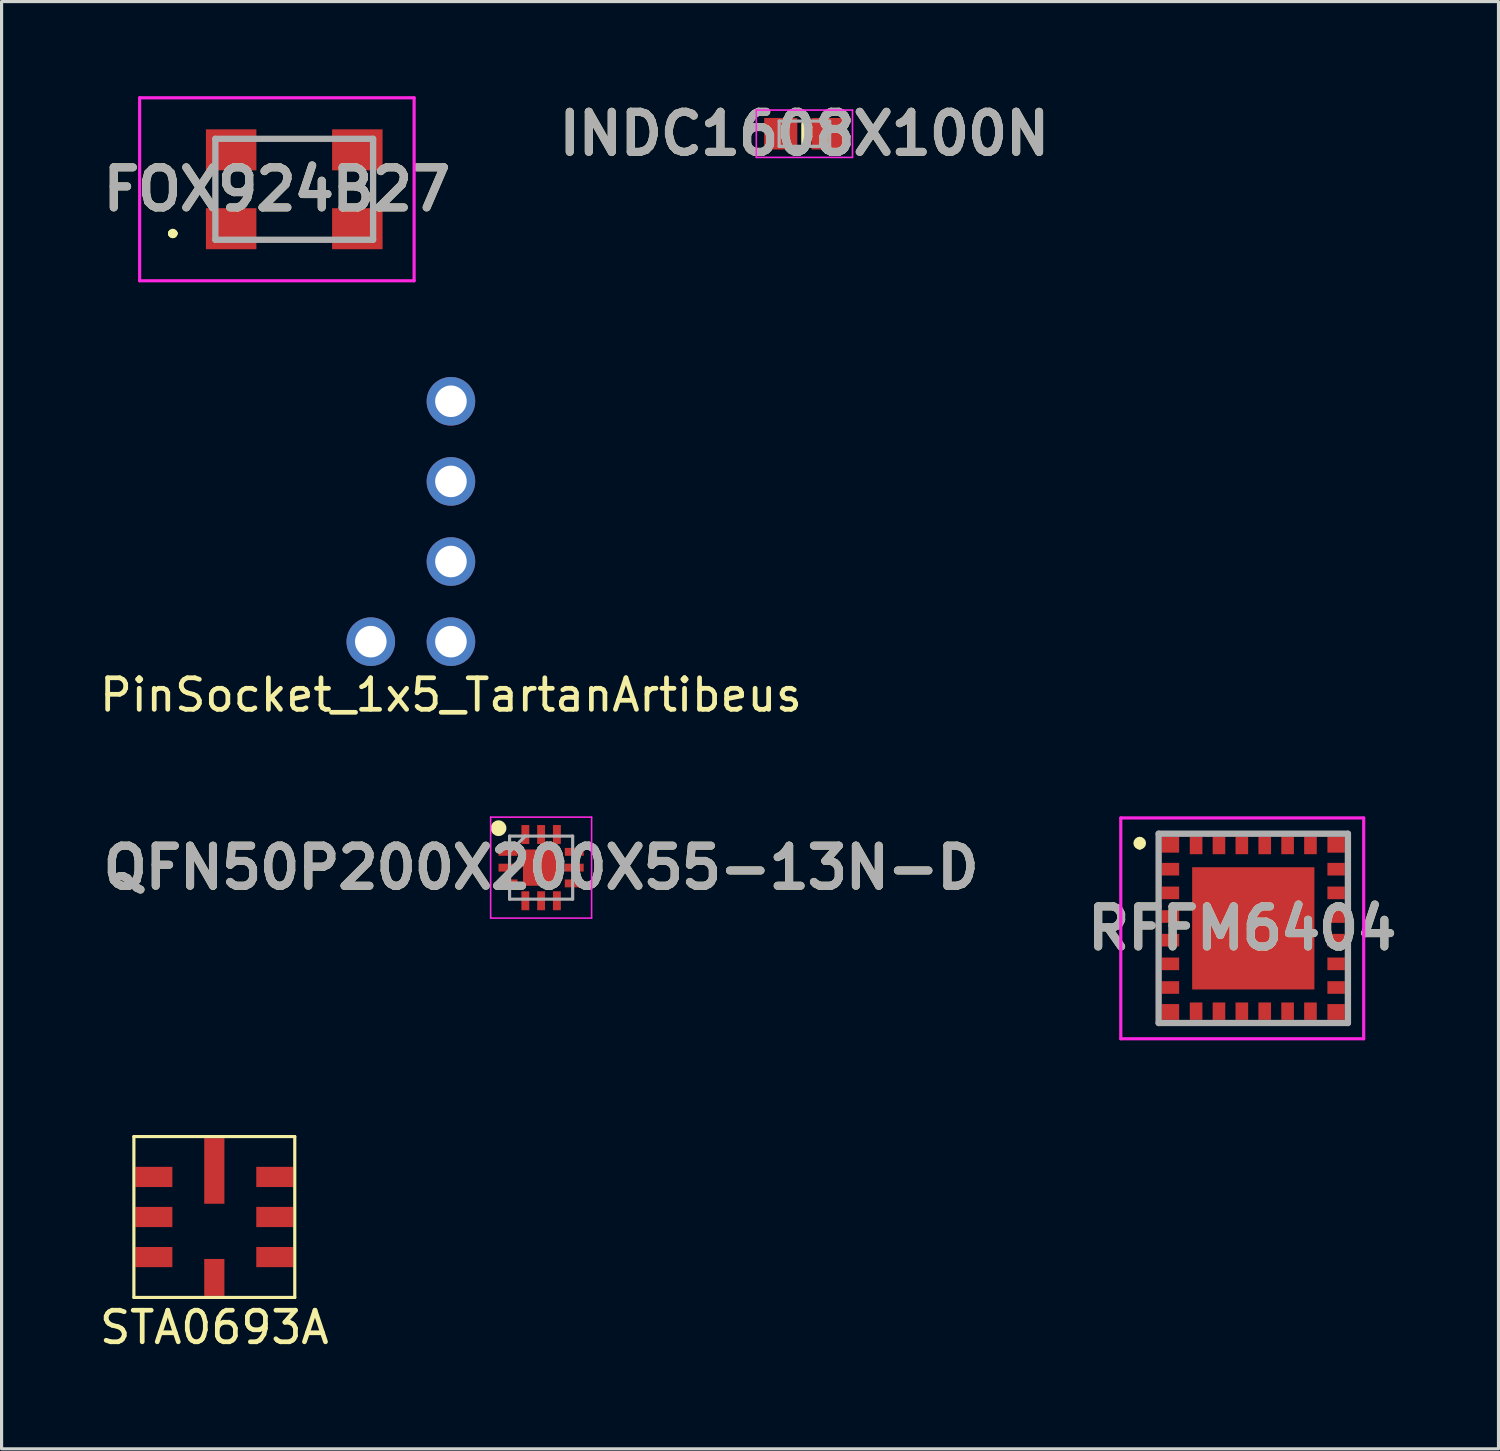
<source format=kicad_pcb>
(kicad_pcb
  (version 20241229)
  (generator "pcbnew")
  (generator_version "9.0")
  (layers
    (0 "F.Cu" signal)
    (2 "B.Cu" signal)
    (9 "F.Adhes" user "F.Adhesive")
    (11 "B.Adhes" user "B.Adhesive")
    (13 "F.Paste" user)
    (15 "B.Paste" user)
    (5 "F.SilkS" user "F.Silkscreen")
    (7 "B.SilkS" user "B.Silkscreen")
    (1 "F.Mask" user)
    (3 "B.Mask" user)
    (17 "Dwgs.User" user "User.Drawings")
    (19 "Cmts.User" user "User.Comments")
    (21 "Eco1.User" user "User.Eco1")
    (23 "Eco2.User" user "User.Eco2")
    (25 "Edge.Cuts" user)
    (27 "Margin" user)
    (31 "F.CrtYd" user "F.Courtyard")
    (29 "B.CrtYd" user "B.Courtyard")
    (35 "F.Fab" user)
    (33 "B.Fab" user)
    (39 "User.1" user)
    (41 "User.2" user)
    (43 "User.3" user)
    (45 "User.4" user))
  (footprint "STA0693A"
    (layer "F.Cu")
    (at 3.744 35.528)
    (property "Reference" "STA0693A" (at 0 3.5 0) (layer "F.SilkS") (effects (font (size 1 1) (thickness 0.15))))
    (attr through_hole)
    (fp_line (start -2.55 -2.55) (end 2.55 -2.55) (stroke (width 0.1) (type solid)) (layer "F.SilkS"))
    (fp_line (start -2.55 2.55) (end -2.55 -2.55) (stroke (width 0.1) (type solid)) (layer "F.SilkS"))
    (fp_line (start 2.55 -2.55) (end 2.55 2.55) (stroke (width 0.1) (type solid)) (layer "F.SilkS"))
    (fp_line (start 2.55 2.55) (end -2.55 2.55) (stroke (width 0.1) (type solid)) (layer "F.SilkS"))
    (pad "1" smd rect (at -1.915 -1.27) (size 1.17 0.64) (layers "F.Cu" "F.Mask" "F.Paste"))
    (pad "2" smd rect (at -1.915 0) (size 1.17 0.64) (layers "F.Cu" "F.Mask" "F.Paste"))
    (pad "3" smd rect (at -1.915 1.27) (size 1.17 0.64) (layers "F.Cu" "F.Mask" "F.Paste"))
    (pad "4" smd rect (at 0 1.915) (size 0.64 1.17) (layers "F.Cu" "F.Mask" "F.Paste"))
    (pad "5" smd rect (at 1.915 1.27) (size 1.17 0.64) (layers "F.Cu" "F.Mask" "F.Paste"))
    (pad "6" smd rect (at 1.915 0) (size 1.17 0.64) (layers "F.Cu" "F.Mask" "F.Paste"))
    (pad "7" smd rect (at 1.915 -1.27) (size 1.17 0.64) (layers "F.Cu" "F.Mask" "F.Paste"))
    (pad "8" smd rect (at 0 -1.46) (size 0.64 2.08) (layers "F.Cu" "F.Mask" "F.Paste")))
  (footprint "FOX924B27"
    (layer "F.Cu")
    (at 6.277 2.95)
    (property "Reference" "FOX924B27" (at -0.55 0 0) (layer "F.SilkS") (effects (font (size 1.27 1.27) (thickness 0.254))))
    (attr smd)
    (fp_line (start -3.9 1.4) (end -3.9 1.4) (stroke (width 0.2) (type solid)) (layer "F.SilkS"))
    (fp_line (start -3.9 1.4) (end -3.9 1.4) (stroke (width 0.2) (type solid)) (layer "F.SilkS"))
    (fp_line (start -3.8 1.4) (end -3.8 1.4) (stroke (width 0.2) (type solid)) (layer "F.SilkS"))
    (fp_line (start -2.5 -0.25) (end -2.5 -0.25) (stroke (width 0.1) (type solid)) (layer "F.SilkS"))
    (fp_line (start -2.5 -0.25) (end -2.5 0.25) (stroke (width 0.1) (type solid)) (layer "F.SilkS"))
    (fp_line (start -2.5 0.25) (end -2.5 -0.25) (stroke (width 0.1) (type solid)) (layer "F.SilkS"))
    (fp_line (start -2.5 0.25) (end -2.5 0.25) (stroke (width 0.1) (type solid)) (layer "F.SilkS"))
    (fp_line (start -0.5 -1.6) (end -0.5 -1.6) (stroke (width 0.1) (type solid)) (layer "F.SilkS"))
    (fp_line (start -0.5 -1.6) (end 0.5 -1.6) (stroke (width 0.1) (type solid)) (layer "F.SilkS"))
    (fp_line (start -0.5 1.6) (end -0.5 1.6) (stroke (width 0.1) (type solid)) (layer "F.SilkS"))
    (fp_line (start -0.5 1.6) (end 0.5 1.6) (stroke (width 0.1) (type solid)) (layer "F.SilkS"))
    (fp_line (start 0.5 -1.6) (end -0.5 -1.6) (stroke (width 0.1) (type solid)) (layer "F.SilkS"))
    (fp_line (start 0.5 -1.6) (end 0.5 -1.6) (stroke (width 0.1) (type solid)) (layer "F.SilkS"))
    (fp_line (start 0.5 1.6) (end -0.5 1.6) (stroke (width 0.1) (type solid)) (layer "F.SilkS"))
    (fp_line (start 0.5 1.6) (end 0.5 1.6) (stroke (width 0.1) (type solid)) (layer "F.SilkS"))
    (fp_line (start 2.5 -0.25) (end 2.5 -0.25) (stroke (width 0.1) (type solid)) (layer "F.SilkS"))
    (fp_line (start 2.5 -0.25) (end 2.5 0.25) (stroke (width 0.1) (type solid)) (layer "F.SilkS"))
    (fp_line (start 2.5 0.25) (end 2.5 -0.25) (stroke (width 0.1) (type solid)) (layer "F.SilkS"))
    (fp_line (start 2.5 0.25) (end 2.5 0.25) (stroke (width 0.1) (type solid)) (layer "F.SilkS"))
    (fp_arc (start -3.9 1.4) (mid -3.85 1.35) (end -3.8 1.4) (stroke (width 0.2) (type solid)) (layer "F.SilkS"))
    (fp_arc (start -3.8 1.4) (mid -3.85 1.45) (end -3.9 1.4) (stroke (width 0.2) (type solid)) (layer "F.SilkS"))
    (fp_arc (start -3.8 1.4) (mid -3.85 1.45) (end -3.9 1.4) (stroke (width 0.2) (type solid)) (layer "F.SilkS"))
    (fp_line (start -4.9 -2.9) (end 3.8 -2.9) (stroke (width 0.1) (type solid)) (layer "F.CrtYd"))
    (fp_line (start -4.9 2.9) (end -4.9 -2.9) (stroke (width 0.1) (type solid)) (layer "F.CrtYd"))
    (fp_line (start 3.8 -2.9) (end 3.8 2.9) (stroke (width 0.1) (type solid)) (layer "F.CrtYd"))
    (fp_line (start 3.8 2.9) (end -4.9 2.9) (stroke (width 0.1) (type solid)) (layer "F.CrtYd"))
    (fp_line (start -2.5 -1.6) (end -2.5 1.6) (stroke (width 0.2) (type solid)) (layer "F.Fab"))
    (fp_line (start -2.5 1.6) (end 2.5 1.6) (stroke (width 0.2) (type solid)) (layer "F.Fab"))
    (fp_line (start 2.5 -1.6) (end -2.5 -1.6) (stroke (width 0.2) (type solid)) (layer "F.Fab"))
    (fp_line (start 2.5 1.6) (end 2.5 -1.6) (stroke (width 0.2) (type solid)) (layer "F.Fab"))
    (fp_text user "${REFERENCE}" (at -0.55 0 0) (layer "F.Fab") (effects (font (size 1.27 1.27) (thickness 0.254))))
    (pad "1" smd rect (at -2 1.25 90) (size 1.3 1.6) (layers "F.Cu" "F.Mask" "F.Paste"))
    (pad "2" smd rect (at 2 1.25 90) (size 1.3 1.6) (layers "F.Cu" "F.Mask" "F.Paste"))
    (pad "3" smd rect (at 2 -1.25 90) (size 1.3 1.6) (layers "F.Cu" "F.Mask" "F.Paste"))
    (pad "4" smd rect (at -2 -1.25 90) (size 1.3 1.6) (layers "F.Cu" "F.Mask" "F.Paste")))
  (footprint "INDC1608X100N"
    (layer "F.Cu")
    (at 22.449 1.189)
    (property "Reference" "INDC1608X100N" (at 0 0 0) (layer "F.SilkS") (effects (font (size 1.27 1.27) (thickness 0.254))))
    (attr smd)
    (fp_line (start 0 -0.3) (end 0 0.3) (stroke (width 0.2) (type solid)) (layer "F.SilkS"))
    (fp_line (start -1.525 -0.75) (end 1.525 -0.75) (stroke (width 0.05) (type solid)) (layer "F.CrtYd"))
    (fp_line (start -1.525 0.75) (end -1.525 -0.75) (stroke (width 0.05) (type solid)) (layer "F.CrtYd"))
    (fp_line (start 1.525 -0.75) (end 1.525 0.75) (stroke (width 0.05) (type solid)) (layer "F.CrtYd"))
    (fp_line (start 1.525 0.75) (end -1.525 0.75) (stroke (width 0.05) (type solid)) (layer "F.CrtYd"))
    (fp_line (start -0.8 -0.4) (end 0.8 -0.4) (stroke (width 0.1) (type solid)) (layer "F.Fab"))
    (fp_line (start -0.8 0.4) (end -0.8 -0.4) (stroke (width 0.1) (type solid)) (layer "F.Fab"))
    (fp_line (start 0.8 -0.4) (end 0.8 0.4) (stroke (width 0.1) (type solid)) (layer "F.Fab"))
    (fp_line (start 0.8 0.4) (end -0.8 0.4) (stroke (width 0.1) (type solid)) (layer "F.Fab"))
    (fp_text user "${REFERENCE}" (at 0 0 0) (layer "F.Fab") (effects (font (size 1.27 1.27) (thickness 0.254))))
    (pad "1" smd rect (at -0.75 0 90) (size 1 1.05) (layers "F.Cu" "F.Mask" "F.Paste"))
    (pad "2" smd rect (at 0.75 0 90) (size 1 1.05) (layers "F.Cu" "F.Mask" "F.Paste")))
  (footprint "QFN50P200X200X55-13N-D"
    (layer "F.Cu")
    (at 14.103 24.453)
    (property "Reference" "QFN50P200X200X55-13N-D" (at 0 0 0) (layer "F.SilkS") (effects (font (size 1.27 1.27) (thickness 0.254))))
    (attr smd)
    (fp_circle (center -1.35 -1.25) (end -1.35 -1.125) (stroke (width 0.25) (type solid)) (fill no) (layer "F.SilkS"))
    (fp_line (start -1.6 -1.6) (end 1.6 -1.6) (stroke (width 0.05) (type solid)) (layer "F.CrtYd"))
    (fp_line (start -1.6 1.6) (end -1.6 -1.6) (stroke (width 0.05) (type solid)) (layer "F.CrtYd"))
    (fp_line (start 1.6 -1.6) (end 1.6 1.6) (stroke (width 0.05) (type solid)) (layer "F.CrtYd"))
    (fp_line (start 1.6 1.6) (end -1.6 1.6) (stroke (width 0.05) (type solid)) (layer "F.CrtYd"))
    (fp_line (start -1 -1) (end 1 -1) (stroke (width 0.1) (type solid)) (layer "F.Fab"))
    (fp_line (start -1 -0.5) (end -0.5 -1) (stroke (width 0.1) (type solid)) (layer "F.Fab"))
    (fp_line (start -1 1) (end -1 -1) (stroke (width 0.1) (type solid)) (layer "F.Fab"))
    (fp_line (start 1 -1) (end 1 1) (stroke (width 0.1) (type solid)) (layer "F.Fab"))
    (fp_line (start 1 1) (end -1 1) (stroke (width 0.1) (type solid)) (layer "F.Fab"))
    (fp_text user "${REFERENCE}" (at 0 0 0) (layer "F.Fab") (effects (font (size 1.27 1.27) (thickness 0.254))))
    (pad "1" smd rect (at -1.05 -0.5 90) (size 0.25 0.6) (layers "F.Cu" "F.Mask" "F.Paste"))
    (pad "2" smd rect (at -1.05 0 90) (size 0.25 0.6) (layers "F.Cu" "F.Mask" "F.Paste"))
    (pad "3" smd rect (at -1.05 0.5 90) (size 0.25 0.6) (layers "F.Cu" "F.Mask" "F.Paste"))
    (pad "4" smd rect (at -0.5 1.05) (size 0.25 0.6) (layers "F.Cu" "F.Mask" "F.Paste"))
    (pad "5" smd rect (at 0 1.05) (size 0.25 0.6) (layers "F.Cu" "F.Mask" "F.Paste"))
    (pad "6" smd rect (at 0.5 1.05) (size 0.25 0.6) (layers "F.Cu" "F.Mask" "F.Paste"))
    (pad "7" smd rect (at 1.05 0.5 90) (size 0.25 0.6) (layers "F.Cu" "F.Mask" "F.Paste"))
    (pad "8" smd rect (at 1.05 0 90) (size 0.25 0.6) (layers "F.Cu" "F.Mask" "F.Paste"))
    (pad "9" smd rect (at 1.05 -0.5 90) (size 0.25 0.6) (layers "F.Cu" "F.Mask" "F.Paste"))
    (pad "10" smd rect (at 0.5 -1.05) (size 0.25 0.6) (layers "F.Cu" "F.Mask" "F.Paste"))
    (pad "11" smd rect (at 0 -1.05) (size 0.25 0.6) (layers "F.Cu" "F.Mask" "F.Paste"))
    (pad "12" smd rect (at -0.5 -1.05) (size 0.25 0.6) (layers "F.Cu" "F.Mask" "F.Paste"))
    (pad "13" smd rect (at 0 0) (size 1.15 1.15) (layers "F.Cu" "F.Mask" "F.Paste")))
  (footprint "RFFM6404"
    (layer "F.Cu")
    (at 36.678 26.378)
    (property "Reference" "RFFM6404" (at -0.35 0 0) (layer "F.SilkS") (effects (font (size 1.27 1.27) (thickness 0.254))))
    (attr smd)
    (fp_line (start -3.6 -2.8) (end -3.6 -2.8) (stroke (width 0.2) (type solid)) (layer "F.SilkS"))
    (fp_line (start -3.6 -2.6) (end -3.6 -2.6) (stroke (width 0.2) (type solid)) (layer "F.SilkS"))
    (fp_arc (start -3.6 -2.8) (mid -3.5 -2.7) (end -3.6 -2.6) (stroke (width 0.2) (type solid)) (layer "F.SilkS"))
    (fp_arc (start -3.6 -2.6) (mid -3.7 -2.7) (end -3.6 -2.8) (stroke (width 0.2) (type solid)) (layer "F.SilkS"))
    (fp_line (start -4.2 -3.5) (end 3.5 -3.5) (stroke (width 0.1) (type solid)) (layer "F.CrtYd"))
    (fp_line (start -4.2 3.5) (end -4.2 -3.5) (stroke (width 0.1) (type solid)) (layer "F.CrtYd"))
    (fp_line (start 3.5 -3.5) (end 3.5 3.5) (stroke (width 0.1) (type solid)) (layer "F.CrtYd"))
    (fp_line (start 3.5 3.5) (end -4.2 3.5) (stroke (width 0.1) (type solid)) (layer "F.CrtYd"))
    (fp_line (start -3 -3) (end 3 -3) (stroke (width 0.2) (type solid)) (layer "F.Fab"))
    (fp_line (start -3 3) (end -3 -3) (stroke (width 0.2) (type solid)) (layer "F.Fab"))
    (fp_line (start 3 -3) (end 3 3) (stroke (width 0.2) (type solid)) (layer "F.Fab"))
    (fp_line (start 3 3) (end -3 3) (stroke (width 0.2) (type solid)) (layer "F.Fab"))
    (fp_text user "${REFERENCE}" (at -0.35 0 0) (layer "F.Fab") (effects (font (size 1.27 1.27) (thickness 0.254))))
    (pad "1" smd rect (at -2.625 -2.65 90) (size 0.5 0.55) (layers "F.Cu" "F.Mask" "F.Paste"))
    (pad "2" smd rect (at -2.625 -1.875 90) (size 0.4 0.55) (layers "F.Cu" "F.Mask" "F.Paste"))
    (pad "3" smd rect (at -2.625 -1.125 90) (size 0.4 0.55) (layers "F.Cu" "F.Mask" "F.Paste"))
    (pad "4" smd rect (at -2.625 -0.375 90) (size 0.4 0.55) (layers "F.Cu" "F.Mask" "F.Paste"))
    (pad "5" smd rect (at -2.625 0.375 90) (size 0.4 0.55) (layers "F.Cu" "F.Mask" "F.Paste"))
    (pad "6" smd rect (at -2.625 1.125 90) (size 0.4 0.55) (layers "F.Cu" "F.Mask" "F.Paste"))
    (pad "7" smd rect (at -2.625 1.875 90) (size 0.4 0.55) (layers "F.Cu" "F.Mask" "F.Paste"))
    (pad "8" smd rect (at -2.625 2.65 90) (size 0.5 0.55) (layers "F.Cu" "F.Mask" "F.Paste"))
    (pad "9" smd rect (at -1.813 2.625) (size 0.4 0.55) (layers "F.Cu" "F.Mask" "F.Paste"))
    (pad "10" smd rect (at -1.088 2.625) (size 0.4 0.55) (layers "F.Cu" "F.Mask" "F.Paste"))
    (pad "11" smd rect (at -0.363 2.625) (size 0.4 0.55) (layers "F.Cu" "F.Mask" "F.Paste"))
    (pad "12" smd rect (at 0.363 2.625) (size 0.4 0.55) (layers "F.Cu" "F.Mask" "F.Paste"))
    (pad "13" smd rect (at 1.088 2.625) (size 0.4 0.55) (layers "F.Cu" "F.Mask" "F.Paste"))
    (pad "14" smd rect (at 1.813 2.625) (size 0.4 0.55) (layers "F.Cu" "F.Mask" "F.Paste"))
    (pad "15" smd rect (at 2.625 2.65 90) (size 0.5 0.55) (layers "F.Cu" "F.Mask" "F.Paste"))
    (pad "16" smd rect (at 2.625 1.875 90) (size 0.4 0.55) (layers "F.Cu" "F.Mask" "F.Paste"))
    (pad "17" smd rect (at 2.625 1.125 90) (size 0.4 0.55) (layers "F.Cu" "F.Mask" "F.Paste"))
    (pad "18" smd rect (at 2.625 0.375 90) (size 0.4 0.55) (layers "F.Cu" "F.Mask" "F.Paste"))
    (pad "19" smd rect (at 2.625 -0.375 90) (size 0.4 0.55) (layers "F.Cu" "F.Mask" "F.Paste"))
    (pad "20" smd rect (at 2.625 -1.125 90) (size 0.4 0.55) (layers "F.Cu" "F.Mask" "F.Paste"))
    (pad "21" smd rect (at 2.625 -1.875 90) (size 0.4 0.55) (layers "F.Cu" "F.Mask" "F.Paste"))
    (pad "22" smd rect (at 2.625 -2.65 90) (size 0.5 0.55) (layers "F.Cu" "F.Mask" "F.Paste"))
    (pad "23" smd rect (at 1.813 -2.625) (size 0.4 0.55) (layers "F.Cu" "F.Mask" "F.Paste"))
    (pad "24" smd rect (at 1.088 -2.625) (size 0.4 0.55) (layers "F.Cu" "F.Mask" "F.Paste"))
    (pad "25" smd rect (at 0.363 -2.625) (size 0.4 0.55) (layers "F.Cu" "F.Mask" "F.Paste"))
    (pad "26" smd rect (at -0.363 -2.625) (size 0.4 0.55) (layers "F.Cu" "F.Mask" "F.Paste"))
    (pad "27" smd rect (at -1.088 -2.625) (size 0.4 0.55) (layers "F.Cu" "F.Mask" "F.Paste"))
    (pad "28" smd rect (at -1.813 -2.625) (size 0.4 0.55) (layers "F.Cu" "F.Mask" "F.Paste"))
    (pad "29" smd rect (at 0 0 90) (size 3.875 3.875) (layers "F.Cu" "F.Mask" "F.Paste")))
  (footprint "PinSocket_1x5_TartanArtibeus"
    (layer "F.Cu")
    (at 11.244 13.48)
    (property "Reference" "PinSocket_1x5_TartanArtibeus" (at 0 5.5 0) (layer "F.SilkS") (effects (font (size 1 1) (thickness 0.15))))
    (attr through_hole)
    (pad "1" thru_hole circle (at -2.54 3.81) (size 1.54 1.54) (drill 1) (layers "*.Cu" "*.Mask"))
    (pad "2" thru_hole circle (at 0 3.81) (size 1.54 1.54) (drill 1) (layers "*.Cu" "*.Mask"))
    (pad "3" thru_hole circle (at 0 1.27) (size 1.54 1.54) (drill 1) (layers "*.Cu" "*.Mask"))
    (pad "4" thru_hole circle (at 0 -1.27) (size 1.54 1.54) (drill 1) (layers "*.Cu" "*.Mask"))
    (pad "5" thru_hole circle (at 0 -3.81) (size 1.54 1.54) (drill 1) (layers "*.Cu" "*.Mask")))
  (gr_rect
    (start -3 -3)
    (end 44.451 42.877)
    (stroke (width 0.1) (type default))
    (fill no)
    (layer "Edge.Cuts")))
</source>
